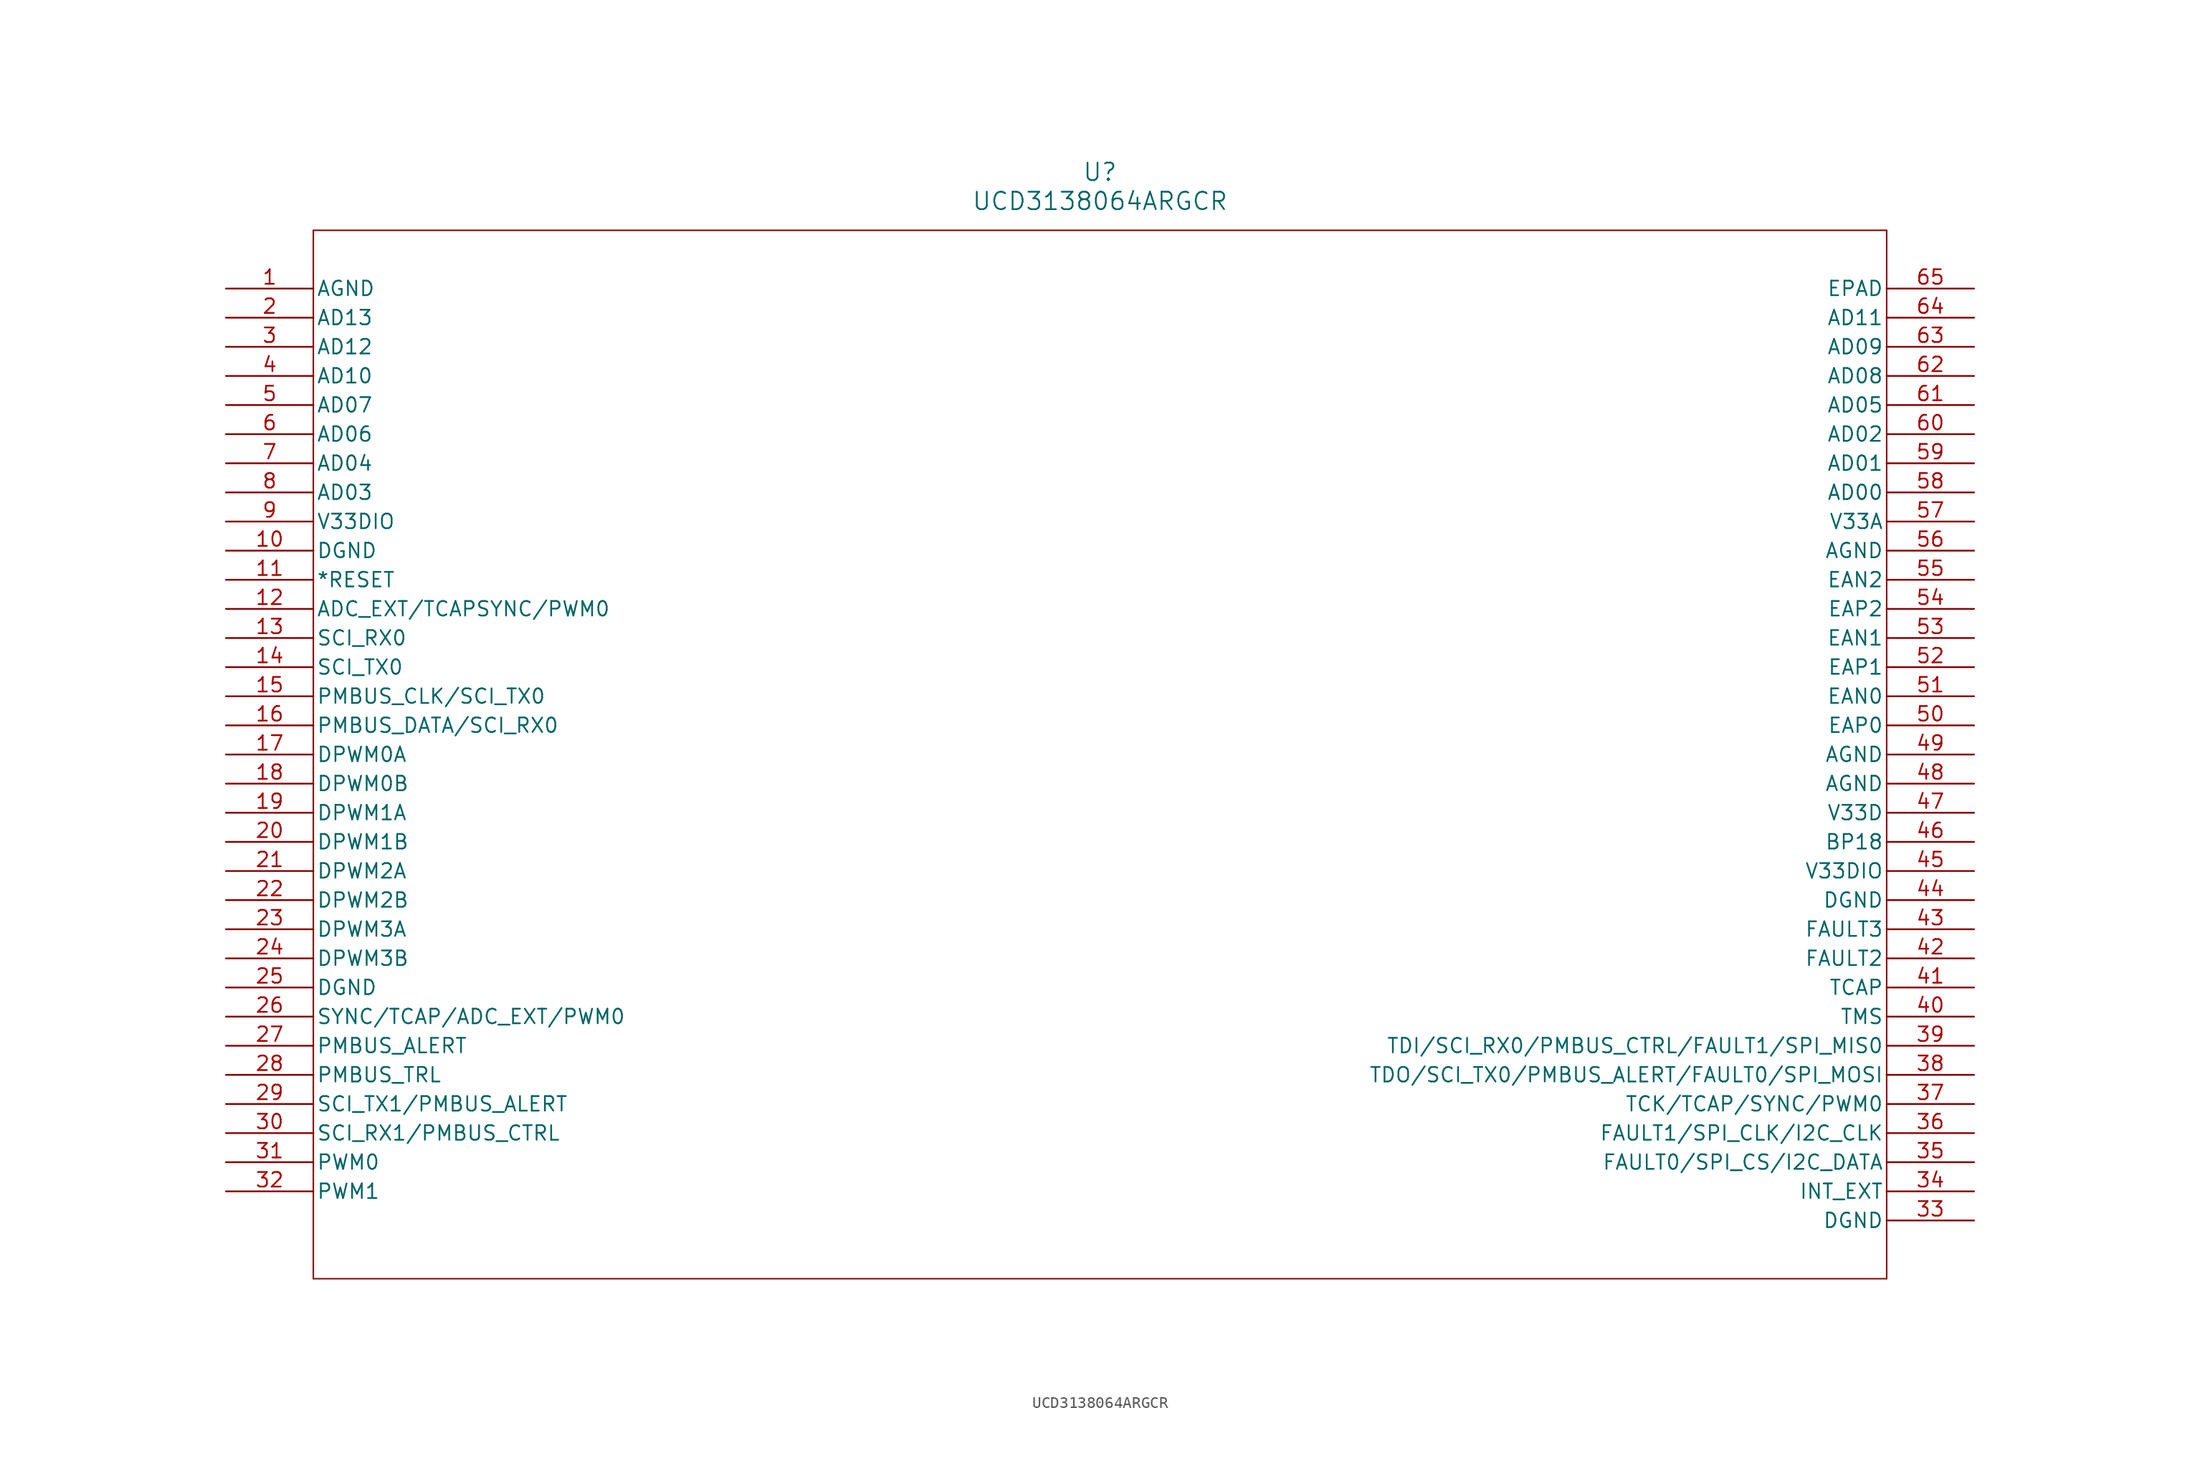
<source format=kicad_sym>
(kicad_symbol_lib
  (version 20211014)
  (generator kicad_symbol_editor)
  (symbol "UCD3138064ARGCR"
    (pin_names
      (offset 0.254))
    (property "Reference" "U"
      (at 76.2 10.16 0)
      (effects (font (size 1.524 1.524))))
    (property "Value" "UCD3138064ARGCR"
      (at 76.2 7.62 0)
      (effects (font (size 1.524 1.524))))
    (symbol "UCD3138064ARGCR_0_1"
      (polyline (pts (xy 7.62 5.08) (xy 7.62 -86.36)) (stroke (width 0.127) (type default) (color 0 0 0 0)) (fill (type none)))
      (polyline (pts (xy 7.62 -86.36) (xy 144.78 -86.36)) (stroke (width 0.127) (type default) (color 0 0 0 0)) (fill (type none)))
      (polyline (pts (xy 144.78 -86.36) (xy 144.78 5.08)) (stroke (width 0.127) (type default) (color 0 0 0 0)) (fill (type none)))
      (polyline (pts (xy 144.78 5.08) (xy 7.62 5.08)) (stroke (width 0.127) (type default) (color 0 0 0 0)) (fill (type none)))
      (pin power_in line (at 0 0 0) (length 7.62) (name "AGND" (effects (font (size 1.27 1.27)))) (number "1" (effects (font (size 1.27 1.27)))))
      (pin bidirectional line (at 0 -2.54 0) (length 7.62) (name "AD13" (effects (font (size 1.27 1.27)))) (number "2" (effects (font (size 1.27 1.27)))))
      (pin bidirectional line (at 0 -5.08 0) (length 7.62) (name "AD12" (effects (font (size 1.27 1.27)))) (number "3" (effects (font (size 1.27 1.27)))))
      (pin bidirectional line (at 0 -7.62 0) (length 7.62) (name "AD10" (effects (font (size 1.27 1.27)))) (number "4" (effects (font (size 1.27 1.27)))))
      (pin bidirectional line (at 0 -10.16 0) (length 7.62) (name "AD07" (effects (font (size 1.27 1.27)))) (number "5" (effects (font (size 1.27 1.27)))))
      (pin bidirectional line (at 0 -12.7 0) (length 7.62) (name "AD06" (effects (font (size 1.27 1.27)))) (number "6" (effects (font (size 1.27 1.27)))))
      (pin bidirectional line (at 0 -15.24 0) (length 7.62) (name "AD04" (effects (font (size 1.27 1.27)))) (number "7" (effects (font (size 1.27 1.27)))))
      (pin bidirectional line (at 0 -17.78 0) (length 7.62) (name "AD03" (effects (font (size 1.27 1.27)))) (number "8" (effects (font (size 1.27 1.27)))))
      (pin power_in line (at 0 -20.32 0) (length 7.62) (name "V33DIO" (effects (font (size 1.27 1.27)))) (number "9" (effects (font (size 1.27 1.27)))))
      (pin power_in line (at 0 -22.86 0) (length 7.62) (name "DGND" (effects (font (size 1.27 1.27)))) (number "10" (effects (font (size 1.27 1.27)))))
      (pin bidirectional line (at 0 -25.4 0) (length 7.62) (name "*RESET" (effects (font (size 1.27 1.27)))) (number "11" (effects (font (size 1.27 1.27)))))
      (pin bidirectional line (at 0 -27.94 0) (length 7.62) (name "ADC_EXT/TCAPSYNC/PWM0" (effects (font (size 1.27 1.27)))) (number "12" (effects (font (size 1.27 1.27)))))
      (pin bidirectional line (at 0 -30.48 0) (length 7.62) (name "SCI_RX0" (effects (font (size 1.27 1.27)))) (number "13" (effects (font (size 1.27 1.27)))))
      (pin bidirectional line (at 0 -33.02 0) (length 7.62) (name "SCI_TX0" (effects (font (size 1.27 1.27)))) (number "14" (effects (font (size 1.27 1.27)))))
      (pin bidirectional line (at 0 -35.56 0) (length 7.62) (name "PMBUS_CLK/SCI_TX0" (effects (font (size 1.27 1.27)))) (number "15" (effects (font (size 1.27 1.27)))))
      (pin bidirectional line (at 0 -38.1 0) (length 7.62) (name "PMBUS_DATA/SCI_RX0" (effects (font (size 1.27 1.27)))) (number "16" (effects (font (size 1.27 1.27)))))
      (pin bidirectional line (at 0 -40.64 0) (length 7.62) (name "DPWM0A" (effects (font (size 1.27 1.27)))) (number "17" (effects (font (size 1.27 1.27)))))
      (pin bidirectional line (at 0 -43.18 0) (length 7.62) (name "DPWM0B" (effects (font (size 1.27 1.27)))) (number "18" (effects (font (size 1.27 1.27)))))
      (pin bidirectional line (at 0 -45.72 0) (length 7.62) (name "DPWM1A" (effects (font (size 1.27 1.27)))) (number "19" (effects (font (size 1.27 1.27)))))
      (pin bidirectional line (at 0 -48.26 0) (length 7.62) (name "DPWM1B" (effects (font (size 1.27 1.27)))) (number "20" (effects (font (size 1.27 1.27)))))
      (pin bidirectional line (at 0 -50.8 0) (length 7.62) (name "DPWM2A" (effects (font (size 1.27 1.27)))) (number "21" (effects (font (size 1.27 1.27)))))
      (pin bidirectional line (at 0 -53.34 0) (length 7.62) (name "DPWM2B" (effects (font (size 1.27 1.27)))) (number "22" (effects (font (size 1.27 1.27)))))
      (pin bidirectional line (at 0 -55.88 0) (length 7.62) (name "DPWM3A" (effects (font (size 1.27 1.27)))) (number "23" (effects (font (size 1.27 1.27)))))
      (pin bidirectional line (at 0 -58.42 0) (length 7.62) (name "DPWM3B" (effects (font (size 1.27 1.27)))) (number "24" (effects (font (size 1.27 1.27)))))
      (pin power_in line (at 0 -60.96 0) (length 7.62) (name "DGND" (effects (font (size 1.27 1.27)))) (number "25" (effects (font (size 1.27 1.27)))))
      (pin bidirectional line (at 0 -63.5 0) (length 7.62) (name "SYNC/TCAP/ADC_EXT/PWM0" (effects (font (size 1.27 1.27)))) (number "26" (effects (font (size 1.27 1.27)))))
      (pin bidirectional line (at 0 -66.04 0) (length 7.62) (name "PMBUS_ALERT" (effects (font (size 1.27 1.27)))) (number "27" (effects (font (size 1.27 1.27)))))
      (pin bidirectional line (at 0 -68.58 0) (length 7.62) (name "PMBUS_TRL" (effects (font (size 1.27 1.27)))) (number "28" (effects (font (size 1.27 1.27)))))
      (pin bidirectional line (at 0 -71.12 0) (length 7.62) (name "SCI_TX1/PMBUS_ALERT" (effects (font (size 1.27 1.27)))) (number "29" (effects (font (size 1.27 1.27)))))
      (pin bidirectional line (at 0 -73.66 0) (length 7.62) (name "SCI_RX1/PMBUS_CTRL" (effects (font (size 1.27 1.27)))) (number "30" (effects (font (size 1.27 1.27)))))
      (pin bidirectional line (at 0 -76.2 0) (length 7.62) (name "PWM0" (effects (font (size 1.27 1.27)))) (number "31" (effects (font (size 1.27 1.27)))))
      (pin bidirectional line (at 0 -78.74 0) (length 7.62) (name "PWM1" (effects (font (size 1.27 1.27)))) (number "32" (effects (font (size 1.27 1.27)))))
      (pin power_in line (at 152.4 -81.28 180) (length 7.62) (name "DGND" (effects (font (size 1.27 1.27)))) (number "33" (effects (font (size 1.27 1.27)))))
      (pin bidirectional line (at 152.4 -78.74 180) (length 7.62) (name "INT_EXT" (effects (font (size 1.27 1.27)))) (number "34" (effects (font (size 1.27 1.27)))))
      (pin bidirectional line (at 152.4 -76.2 180) (length 7.62) (name "FAULT0/SPI_CS/I2C_DATA" (effects (font (size 1.27 1.27)))) (number "35" (effects (font (size 1.27 1.27)))))
      (pin bidirectional line (at 152.4 -73.66 180) (length 7.62) (name "FAULT1/SPI_CLK/I2C_CLK" (effects (font (size 1.27 1.27)))) (number "36" (effects (font (size 1.27 1.27)))))
      (pin bidirectional line (at 152.4 -71.12 180) (length 7.62) (name "TCK/TCAP/SYNC/PWM0" (effects (font (size 1.27 1.27)))) (number "37" (effects (font (size 1.27 1.27)))))
      (pin bidirectional line (at 152.4 -68.58 180) (length 7.62) (name "TDO/SCI_TX0/PMBUS_ALERT/FAULT0/SPI_MOSI" (effects (font (size 1.27 1.27)))) (number "38" (effects (font (size 1.27 1.27)))))
      (pin bidirectional line (at 152.4 -66.04 180) (length 7.62) (name "TDI/SCI_RX0/PMBUS_CTRL/FAULT1/SPI_MIS0" (effects (font (size 1.27 1.27)))) (number "39" (effects (font (size 1.27 1.27)))))
      (pin bidirectional line (at 152.4 -63.5 180) (length 7.62) (name "TMS" (effects (font (size 1.27 1.27)))) (number "40" (effects (font (size 1.27 1.27)))))
      (pin bidirectional line (at 152.4 -60.96 180) (length 7.62) (name "TCAP" (effects (font (size 1.27 1.27)))) (number "41" (effects (font (size 1.27 1.27)))))
      (pin bidirectional line (at 152.4 -58.42 180) (length 7.62) (name "FAULT2" (effects (font (size 1.27 1.27)))) (number "42" (effects (font (size 1.27 1.27)))))
      (pin bidirectional line (at 152.4 -55.88 180) (length 7.62) (name "FAULT3" (effects (font (size 1.27 1.27)))) (number "43" (effects (font (size 1.27 1.27)))))
      (pin power_in line (at 152.4 -53.34 180) (length 7.62) (name "DGND" (effects (font (size 1.27 1.27)))) (number "44" (effects (font (size 1.27 1.27)))))
      (pin power_in line (at 152.4 -50.8 180) (length 7.62) (name "V33DIO" (effects (font (size 1.27 1.27)))) (number "45" (effects (font (size 1.27 1.27)))))
      (pin bidirectional line (at 152.4 -48.26 180) (length 7.62) (name "BP18" (effects (font (size 1.27 1.27)))) (number "46" (effects (font (size 1.27 1.27)))))
      (pin power_in line (at 152.4 -45.72 180) (length 7.62) (name "V33D" (effects (font (size 1.27 1.27)))) (number "47" (effects (font (size 1.27 1.27)))))
      (pin power_in line (at 152.4 -43.18 180) (length 7.62) (name "AGND" (effects (font (size 1.27 1.27)))) (number "48" (effects (font (size 1.27 1.27)))))
      (pin power_in line (at 152.4 -40.64 180) (length 7.62) (name "AGND" (effects (font (size 1.27 1.27)))) (number "49" (effects (font (size 1.27 1.27)))))
      (pin bidirectional line (at 152.4 -38.1 180) (length 7.62) (name "EAP0" (effects (font (size 1.27 1.27)))) (number "50" (effects (font (size 1.27 1.27)))))
      (pin bidirectional line (at 152.4 -35.56 180) (length 7.62) (name "EAN0" (effects (font (size 1.27 1.27)))) (number "51" (effects (font (size 1.27 1.27)))))
      (pin bidirectional line (at 152.4 -33.02 180) (length 7.62) (name "EAP1" (effects (font (size 1.27 1.27)))) (number "52" (effects (font (size 1.27 1.27)))))
      (pin bidirectional line (at 152.4 -30.48 180) (length 7.62) (name "EAN1" (effects (font (size 1.27 1.27)))) (number "53" (effects (font (size 1.27 1.27)))))
      (pin bidirectional line (at 152.4 -27.94 180) (length 7.62) (name "EAP2" (effects (font (size 1.27 1.27)))) (number "54" (effects (font (size 1.27 1.27)))))
      (pin bidirectional line (at 152.4 -25.4 180) (length 7.62) (name "EAN2" (effects (font (size 1.27 1.27)))) (number "55" (effects (font (size 1.27 1.27)))))
      (pin power_in line (at 152.4 -22.86 180) (length 7.62) (name "AGND" (effects (font (size 1.27 1.27)))) (number "56" (effects (font (size 1.27 1.27)))))
      (pin power_in line (at 152.4 -20.32 180) (length 7.62) (name "V33A" (effects (font (size 1.27 1.27)))) (number "57" (effects (font (size 1.27 1.27)))))
      (pin bidirectional line (at 152.4 -17.78 180) (length 7.62) (name "AD00" (effects (font (size 1.27 1.27)))) (number "58" (effects (font (size 1.27 1.27)))))
      (pin bidirectional line (at 152.4 -15.24 180) (length 7.62) (name "AD01" (effects (font (size 1.27 1.27)))) (number "59" (effects (font (size 1.27 1.27)))))
      (pin bidirectional line (at 152.4 -12.7 180) (length 7.62) (name "AD02" (effects (font (size 1.27 1.27)))) (number "60" (effects (font (size 1.27 1.27)))))
      (pin bidirectional line (at 152.4 -10.16 180) (length 7.62) (name "AD05" (effects (font (size 1.27 1.27)))) (number "61" (effects (font (size 1.27 1.27)))))
      (pin bidirectional line (at 152.4 -7.62 180) (length 7.62) (name "AD08" (effects (font (size 1.27 1.27)))) (number "62" (effects (font (size 1.27 1.27)))))
      (pin bidirectional line (at 152.4 -5.08 180) (length 7.62) (name "AD09" (effects (font (size 1.27 1.27)))) (number "63" (effects (font (size 1.27 1.27)))))
      (pin bidirectional line (at 152.4 -2.54 180) (length 7.62) (name "AD11" (effects (font (size 1.27 1.27)))) (number "64" (effects (font (size 1.27 1.27)))))
      (pin unspecified line (at 152.4 0 180) (length 7.62) (name "EPAD" (effects (font (size 1.27 1.27)))) (number "65" (effects (font (size 1.27 1.27))))))))
</source>
